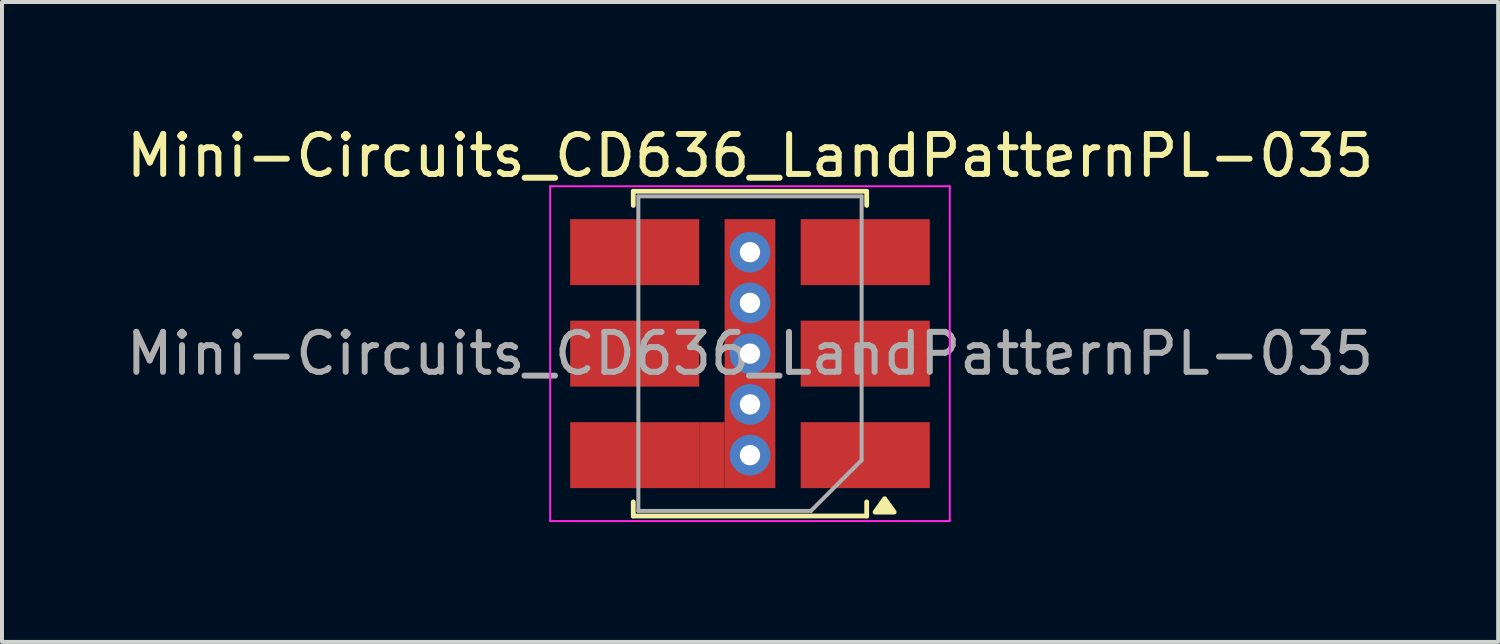
<source format=kicad_pcb>
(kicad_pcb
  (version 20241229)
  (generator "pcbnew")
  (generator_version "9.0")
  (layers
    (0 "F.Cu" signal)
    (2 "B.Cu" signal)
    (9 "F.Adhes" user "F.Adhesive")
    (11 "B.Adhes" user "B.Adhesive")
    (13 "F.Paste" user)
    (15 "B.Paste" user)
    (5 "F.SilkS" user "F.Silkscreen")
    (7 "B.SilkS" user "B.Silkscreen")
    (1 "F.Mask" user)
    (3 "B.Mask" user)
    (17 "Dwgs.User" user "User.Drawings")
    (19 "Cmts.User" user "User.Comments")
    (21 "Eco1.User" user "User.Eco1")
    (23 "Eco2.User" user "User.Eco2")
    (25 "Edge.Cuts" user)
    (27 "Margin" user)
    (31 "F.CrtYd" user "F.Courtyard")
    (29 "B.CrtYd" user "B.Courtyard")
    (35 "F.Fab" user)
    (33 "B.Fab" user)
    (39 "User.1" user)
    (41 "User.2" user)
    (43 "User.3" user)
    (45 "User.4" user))
  (footprint "Mini-Circuits_CD636_LandPatternPL-035"
    (layer "F.Cu")
    (at 15.72 5.801)
    (property "Reference" "Mini-Circuits_CD636_LandPatternPL-035" (at 0.004 -4.953 0) (layer "F.SilkS") (effects (font (size 1 1) (thickness 0.15))))
    (attr smd)
    (fp_line (start -2.921 -4.064) (end -2.921 -3.71) (stroke (width 0.12) (type solid)) (layer "F.SilkS"))
    (fp_line (start -2.921 3.71) (end -2.921 4.064) (stroke (width 0.12) (type solid)) (layer "F.SilkS"))
    (fp_line (start -2.921 4.064) (end 2.921 4.064) (stroke (width 0.12) (type solid)) (layer "F.SilkS"))
    (fp_line (start 2.921 -4.064) (end -2.921 -4.064) (stroke (width 0.12) (type solid)) (layer "F.SilkS"))
    (fp_line (start 2.921 -3.71) (end 2.921 -4.064) (stroke (width 0.12) (type solid)) (layer "F.SilkS"))
    (fp_line (start 2.921 4.064) (end 2.921 3.71) (stroke (width 0.12) (type solid)) (layer "F.SilkS"))
    (fp_poly (pts (xy 3.37 3.63) (xy 3.61 3.966) (xy 3.13 3.966) (xy 3.37 3.63)) (stroke (width 0.12) (type solid)) (fill yes) (layer "F.SilkS"))
    (fp_line (start -5 -4.19) (end -5 4.19) (stroke (width 0.05) (type solid)) (layer "F.CrtYd"))
    (fp_line (start -5 -4.19) (end 5 -4.19) (stroke (width 0.05) (type solid)) (layer "F.CrtYd"))
    (fp_line (start 5 4.19) (end -5 4.19) (stroke (width 0.05) (type solid)) (layer "F.CrtYd"))
    (fp_line (start 5 4.19) (end 5 -4.19) (stroke (width 0.05) (type solid)) (layer "F.CrtYd"))
    (fp_line (start -2.794 3.937) (end -2.794 -3.937) (stroke (width 0.1) (type solid)) (layer "F.Fab"))
    (fp_line (start -2.794 3.937) (end 1.524 3.937) (stroke (width 0.1) (type solid)) (layer "F.Fab"))
    (fp_line (start 1.524 3.937) (end 2.794 2.667) (stroke (width 0.1) (type solid)) (layer "F.Fab"))
    (fp_line (start 2.794 -3.937) (end -2.794 -3.937) (stroke (width 0.1) (type solid)) (layer "F.Fab"))
    (fp_line (start 2.794 2.667) (end 2.794 -3.937) (stroke (width 0.1) (type solid)) (layer "F.Fab"))
    (fp_text user "${REFERENCE}" (at 0 0 180) (layer "F.Fab") (effects (font (size 1 1) (thickness 0.15))))
    (pad "1" smd rect (at 2.885 2.54 90) (size 1.651 3.23) (layers "F.Cu" "F.Mask" "F.Paste"))
    (pad "2" smd rect (at 2.885 0 90) (size 1.651 3.23) (layers "F.Cu" "F.Mask" "F.Paste"))
    (pad "3" smd rect (at 2.885 -2.54 90) (size 1.651 3.23) (layers "F.Cu" "F.Mask" "F.Paste"))
    (pad "4" smd rect (at -2.885 -2.54 90) (size 1.651 3.23) (layers "F.Cu" "F.Mask" "F.Paste"))
    (pad "5" smd rect (at -2.885 0 90) (size 1.651 3.23) (layers "F.Cu" "F.Mask" "F.Paste"))
    (pad "6" smd rect (at -2.885 2.54 90) (size 1.651 3.23) (layers "F.Cu" "F.Mask" "F.Paste"))
    (pad "6" smd rect (at -0.953 2.54 90) (size 1.651 0.635) (layers "F.Cu"))
    (pad "6" thru_hole circle (at 0 -2.54 90) (size 1.016 1.016) (drill 0.508) (layers "*.Cu"))
    (pad "6" thru_hole circle (at 0 -1.27 90) (size 1.016 1.016) (drill 0.508) (layers "*.Cu"))
    (pad "6" thru_hole circle (at 0 0 90) (size 1.016 1.016) (drill 0.508) (layers "*.Cu"))
    (pad "6" smd rect (at 0 0 90) (size 6.731 1.27) (layers "F.Cu"))
    (pad "6" thru_hole circle (at 0 1.27 90) (size 1.016 1.016) (drill 0.508) (layers "*.Cu"))
    (pad "6" thru_hole circle (at 0 2.54 90) (size 1.016 1.016) (drill 0.508) (layers "*.Cu")))
  (gr_rect
    (start -3 -3)
    (end 34.445 13.016)
    (stroke (width 0.1) (type default))
    (fill no)
    (layer "Edge.Cuts")))
</source>
